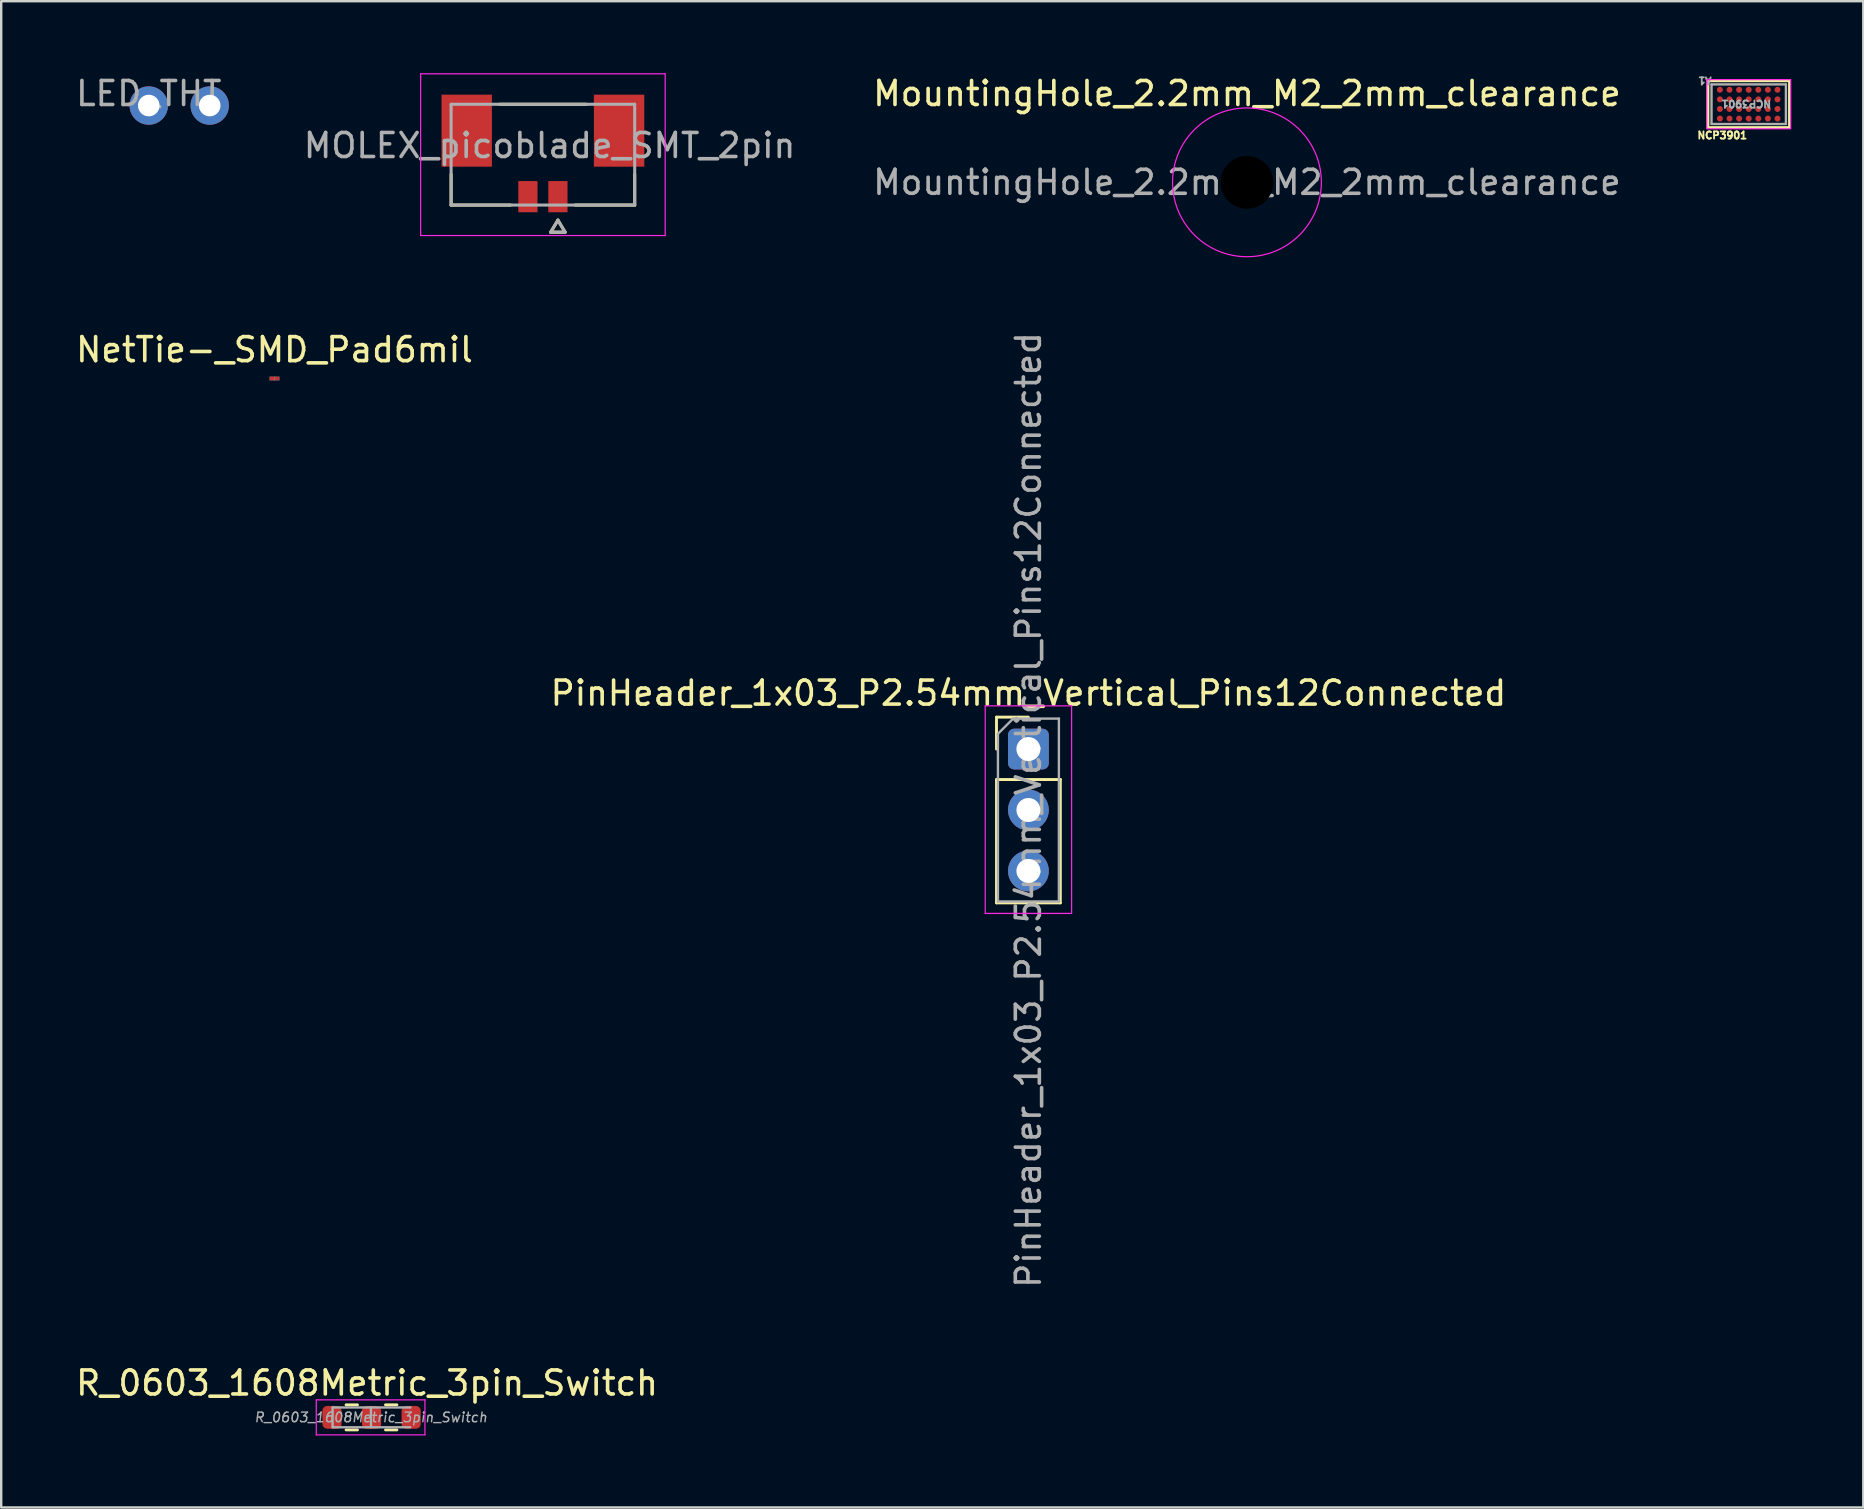
<source format=kicad_pcb>
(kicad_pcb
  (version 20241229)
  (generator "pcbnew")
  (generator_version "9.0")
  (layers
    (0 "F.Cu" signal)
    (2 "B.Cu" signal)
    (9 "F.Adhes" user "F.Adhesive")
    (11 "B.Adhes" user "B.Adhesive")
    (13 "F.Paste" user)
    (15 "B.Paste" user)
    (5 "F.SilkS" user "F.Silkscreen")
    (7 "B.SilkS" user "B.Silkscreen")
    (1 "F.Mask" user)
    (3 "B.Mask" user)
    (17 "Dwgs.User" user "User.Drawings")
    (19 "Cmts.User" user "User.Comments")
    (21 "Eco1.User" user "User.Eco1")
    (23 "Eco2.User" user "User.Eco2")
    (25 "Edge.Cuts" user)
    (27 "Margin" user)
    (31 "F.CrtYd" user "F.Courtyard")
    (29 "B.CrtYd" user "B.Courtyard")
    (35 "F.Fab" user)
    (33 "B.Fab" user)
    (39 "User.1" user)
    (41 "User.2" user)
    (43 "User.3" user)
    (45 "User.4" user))
  (footprint "MountingHole_2.2mm_M2_2mm_clearance"
    (layer "F.Cu")
    (at 48.911 4.548)
    (property "Reference" "MountingHole_2.2mm_M2_2mm_clearance" (at 0 -3.7 0) (layer "F.SilkS") (effects (font (size 1 1) (thickness 0.15))))
    (attr exclude_from_pos_files)
    (fp_circle (center 0 0) (end 3.1 0) (stroke (width 0.05) (type solid)) (fill no) (layer "F.CrtYd"))
    (fp_text user "${REFERENCE}" (at 0 0 0) (layer "F.Fab") (effects (font (size 1 1) (thickness 0.15))))
    (pad "" np_thru_hole circle (at 0 0) (size 2.2 2.2) (drill 2.2) (layers "*.Mask")))
  (footprint "R_0603_1608Metric_3pin_Switch"
    (layer "F.Cu")
    (at 12.4 56.043)
    (property "Reference" "R_0603_1608Metric_3pin_Switch" (at -0.156 -1.462 0) (layer "F.SilkS") (effects (font (size 1 1) (thickness 0.15))))
    (attr smd)
    (fp_line (start -1.029 -0.554) (end -0.554 -0.554) (stroke (width 0.12) (type solid)) (layer "F.SilkS"))
    (fp_line (start -1.029 0.491) (end -0.554 0.491) (stroke (width 0.12) (type solid)) (layer "F.SilkS"))
    (fp_line (start 0.614 -0.554) (end 1.088 -0.554) (stroke (width 0.12) (type solid)) (layer "F.SilkS"))
    (fp_line (start 0.614 0.491) (end 1.088 0.491) (stroke (width 0.12) (type solid)) (layer "F.SilkS"))
    (fp_line (start -2.271 -0.761) (end 2.257 -0.761) (stroke (width 0.05) (type solid)) (layer "F.CrtYd"))
    (fp_line (start -2.271 0.699) (end -2.271 -0.761) (stroke (width 0.05) (type solid)) (layer "F.CrtYd"))
    (fp_line (start 2.257 -0.761) (end 2.257 0.699) (stroke (width 0.05) (type solid)) (layer "F.CrtYd"))
    (fp_line (start 2.257 0.699) (end -2.271 0.699) (stroke (width 0.05) (type solid)) (layer "F.CrtYd"))
    (fp_line (start -1.591 -0.444) (end 0.009 -0.444) (stroke (width 0.1) (type solid)) (layer "F.Fab"))
    (fp_line (start -1.591 0.381) (end -1.591 -0.444) (stroke (width 0.1) (type solid)) (layer "F.Fab"))
    (fp_line (start 0.009 -0.444) (end 0.009 0.381) (stroke (width 0.1) (type solid)) (layer "F.Fab"))
    (fp_line (start 0.009 0.381) (end -1.591 0.381) (stroke (width 0.1) (type solid)) (layer "F.Fab"))
    (fp_line (start 0.051 -0.444) (end 1.651 -0.444) (stroke (width 0.1) (type solid)) (layer "F.Fab"))
    (fp_line (start 1.651 0.381) (end 0.051 0.381) (stroke (width 0.1) (type solid)) (layer "F.Fab"))
    (fp_text user "${REFERENCE}" (at 0.009 -0.032 0) (layer "F.Fab") (effects (font (size 0.4 0.4) (thickness 0.06) (italic yes))))
    (pad "1" smd roundrect (at -1.616 -0.032 180) (size 0.8 0.95) (layers "F.Cu" "F.Mask" "F.Paste") (roundrect_rratio 0.25))
    (pad "2" smd roundrect (at 0.034 -0.032 180) (size 0.8 0.95) (layers "F.Cu" "F.Mask" "F.Paste") (roundrect_rratio 0.25))
    (pad "3" smd roundrect (at 1.684 -0.032 180) (size 0.8 0.95) (layers "F.Cu" "F.Mask" "F.Paste") (roundrect_rratio 0.25)))
  (footprint "PinHeader_1x03_P2.54mm_Vertical_Pins12Connected"
    (layer "F.Cu")
    (at 39.804 28.163)
    (property "Reference" "PinHeader_1x03_P2.54mm_Vertical_Pins12Connected" (at 0 -2.33 0) (layer "F.SilkS") (effects (font (size 1 1) (thickness 0.15))))
    (attr through_hole)
    (fp_line (start -1.33 -1.33) (end 0 -1.33) (stroke (width 0.12) (type solid)) (layer "F.SilkS"))
    (fp_line (start -1.33 0) (end -1.33 -1.33) (stroke (width 0.12) (type solid)) (layer "F.SilkS"))
    (fp_line (start -1.33 1.27) (end -1.33 6.41) (stroke (width 0.12) (type solid)) (layer "F.SilkS"))
    (fp_line (start -1.33 1.27) (end 1.33 1.27) (stroke (width 0.12) (type solid)) (layer "F.SilkS"))
    (fp_line (start -1.33 6.41) (end 1.33 6.41) (stroke (width 0.12) (type solid)) (layer "F.SilkS"))
    (fp_line (start 1.33 1.27) (end 1.33 6.41) (stroke (width 0.12) (type solid)) (layer "F.SilkS"))
    (fp_line (start -1.8 -1.8) (end -1.8 6.85) (stroke (width 0.05) (type solid)) (layer "F.CrtYd"))
    (fp_line (start -1.8 6.85) (end 1.8 6.85) (stroke (width 0.05) (type solid)) (layer "F.CrtYd"))
    (fp_line (start 1.8 -1.8) (end -1.8 -1.8) (stroke (width 0.05) (type solid)) (layer "F.CrtYd"))
    (fp_line (start 1.8 6.85) (end 1.8 -1.8) (stroke (width 0.05) (type solid)) (layer "F.CrtYd"))
    (fp_line (start -1.27 -0.635) (end -0.635 -1.27) (stroke (width 0.1) (type solid)) (layer "F.Fab"))
    (fp_line (start -1.27 6.35) (end -1.27 -0.635) (stroke (width 0.1) (type solid)) (layer "F.Fab"))
    (fp_line (start -0.635 -1.27) (end 1.27 -1.27) (stroke (width 0.1) (type solid)) (layer "F.Fab"))
    (fp_line (start 1.27 -1.27) (end 1.27 6.35) (stroke (width 0.1) (type solid)) (layer "F.Fab"))
    (fp_line (start 1.27 6.35) (end -1.27 6.35) (stroke (width 0.1) (type solid)) (layer "F.Fab"))
    (fp_text user "${REFERENCE}" (at 0 2.54 90) (layer "F.Fab") (effects (font (size 1 1) (thickness 0.15))))
    (pad "1" thru_hole roundrect (at 0 0) (size 1.7 1.7) (drill 1) (layers "*.Cu" "*.Mask") (roundrect_rratio 0.15))
    (pad "2" thru_hole oval (at 0 2.54) (size 1.7 1.7) (drill 1) (layers "*.Cu" "*.Mask"))
    (pad "3" thru_hole oval (at 0 5.08) (size 1.7 1.7) (drill 1) (layers "*.Cu" "*.Mask")))
  (footprint "NetTie-_SMD_Pad6mil"
    (layer "F.Cu")
    (at 8.387 12.722)
    (property "Reference" "NetTie-_SMD_Pad6mil" (at 0 -1.2 0) (layer "F.SilkS") (effects (font (size 1 1) (thickness 0.15))))
    (attr exclude_from_pos_files exclude_from_bom allow_missing_courtyard)
    (fp_rect (start -0.2 -0.075) (end 0 0.075) (stroke (width 0.01) (type default)) (fill no) (layer "F.Fab"))
    (fp_rect (start 0 -0.075) (end 0.2 0.075) (stroke (width 0.01) (type default)) (fill no) (layer "F.Fab"))
    (pad "1" smd rect (at -0.1 0) (size 0.2 0.152) (layers "F.Cu"))
    (pad "2" smd rect (at 0.1 0) (size 0.2 0.152) (layers "F.Cu")))
  (footprint "NCP3901"
    (layer "F.Cu")
    (at 69.819 1.291)
    (property "Reference" "NCP3901" (at -1.1 1.3 0) (unlocked yes) (layer "F.SilkS") (effects (font (size 0.3 0.3) (thickness 0.075))))
    (attr smd)
    (fp_rect (start -1.7 0.975) (end 1.7 -0.975) (stroke (width 0.12) (type solid)) (fill no) (layer "F.SilkS"))
    (fp_rect (start -1.75 1.025) (end 1.75 -1.025) (stroke (width 0.05) (type solid)) (fill no) (layer "F.CrtYd"))
    (fp_line (start -1.55 -0.825) (end -1.55 0.825) (stroke (width 0.1) (type solid)) (layer "F.Fab"))
    (fp_line (start -1.55 0.825) (end 1.55 0.825) (stroke (width 0.1) (type solid)) (layer "F.Fab"))
    (fp_line (start 1.55 -0.825) (end -1.55 -0.825) (stroke (width 0.1) (type solid)) (layer "F.Fab"))
    (fp_line (start 1.55 0.825) (end 1.55 -0.825) (stroke (width 0.1) (type solid)) (layer "F.Fab"))
    (fp_text user "${REFERENCE}" (at -0.105 -0.018 180) (unlocked yes) (layer "F.Fab") (effects (font (size 0.3 0.3) (thickness 0.075))))
    (fp_text user "A1" (at -1.827 -0.984 180) (unlocked yes) (layer "F.Fab") (effects (font (size 0.3 0.3) (thickness 0.075))))
    (pad "" smd roundrect (at -1.2 -0.6) (size 0.255 0.255) (layers "F.Paste") (roundrect_rratio 0.4))
    (pad "" smd roundrect (at -1.2 -0.2) (size 0.255 0.255) (layers "F.Paste") (roundrect_rratio 0.4))
    (pad "" smd roundrect (at -1.2 0.2) (size 0.255 0.255) (layers "F.Paste") (roundrect_rratio 0.4))
    (pad "" smd roundrect (at -1.2 0.6) (size 0.255 0.255) (layers "F.Paste") (roundrect_rratio 0.4))
    (pad "" smd roundrect (at -0.8 -0.6) (size 0.255 0.255) (layers "F.Paste") (roundrect_rratio 0.4))
    (pad "" smd roundrect (at -0.8 -0.2) (size 0.255 0.255) (layers "F.Paste") (roundrect_rratio 0.4))
    (pad "" smd roundrect (at -0.8 0.2) (size 0.255 0.255) (layers "F.Paste") (roundrect_rratio 0.4))
    (pad "" smd roundrect (at -0.8 0.6) (size 0.255 0.255) (layers "F.Paste") (roundrect_rratio 0.4))
    (pad "" smd roundrect (at -0.4 -0.6) (size 0.255 0.255) (layers "F.Paste") (roundrect_rratio 0.4))
    (pad "" smd roundrect (at -0.4 -0.2) (size 0.255 0.255) (layers "F.Paste") (roundrect_rratio 0.4))
    (pad "" smd roundrect (at -0.4 0.2) (size 0.255 0.255) (layers "F.Paste") (roundrect_rratio 0.4))
    (pad "" smd roundrect (at -0.4 0.6) (size 0.255 0.255) (layers "F.Paste") (roundrect_rratio 0.4))
    (pad "" smd roundrect (at 0 -0.6) (size 0.255 0.255) (layers "F.Paste") (roundrect_rratio 0.4))
    (pad "" smd roundrect (at 0 -0.2) (size 0.255 0.255) (layers "F.Paste") (roundrect_rratio 0.4))
    (pad "" smd roundrect (at 0 0.2) (size 0.255 0.255) (layers "F.Paste") (roundrect_rratio 0.4))
    (pad "" smd roundrect (at 0 0.6) (size 0.255 0.255) (layers "F.Paste") (roundrect_rratio 0.4))
    (pad "" smd roundrect (at 0.4 -0.6) (size 0.255 0.255) (layers "F.Paste") (roundrect_rratio 0.4))
    (pad "" smd roundrect (at 0.4 -0.2) (size 0.255 0.255) (layers "F.Paste") (roundrect_rratio 0.4))
    (pad "" smd roundrect (at 0.4 0.2) (size 0.255 0.255) (layers "F.Paste") (roundrect_rratio 0.4))
    (pad "" smd roundrect (at 0.4 0.6) (size 0.255 0.255) (layers "F.Paste") (roundrect_rratio 0.4))
    (pad "" smd roundrect (at 0.8 -0.6) (size 0.255 0.255) (layers "F.Paste") (roundrect_rratio 0.4))
    (pad "" smd roundrect (at 0.8 -0.2) (size 0.255 0.255) (layers "F.Paste") (roundrect_rratio 0.4))
    (pad "" smd roundrect (at 0.8 0.2) (size 0.255 0.255) (layers "F.Paste") (roundrect_rratio 0.4))
    (pad "" smd roundrect (at 0.8 0.6) (size 0.255 0.255) (layers "F.Paste") (roundrect_rratio 0.4))
    (pad "" smd roundrect (at 1.2 -0.6) (size 0.255 0.255) (layers "F.Paste") (roundrect_rratio 0.4))
    (pad "" smd roundrect (at 1.2 -0.2) (size 0.255 0.255) (layers "F.Paste") (roundrect_rratio 0.4))
    (pad "" smd roundrect (at 1.2 0.2) (size 0.255 0.255) (layers "F.Paste") (roundrect_rratio 0.4))
    (pad "" smd roundrect (at 1.2 0.6) (size 0.255 0.255) (layers "F.Paste") (roundrect_rratio 0.4))
    (pad "A1" smd circle (at -1.2 -0.6) (size 0.25 0.25) (layers "F.Cu" "F.Mask"))
    (pad "A2" smd circle (at -0.8 -0.6) (size 0.25 0.25) (layers "F.Cu" "F.Mask"))
    (pad "A3" smd circle (at -0.4 -0.6) (size 0.25 0.25) (layers "F.Cu" "F.Mask"))
    (pad "A4" smd circle (at 0 -0.6) (size 0.25 0.25) (layers "F.Cu" "F.Mask"))
    (pad "A5" smd circle (at 0.4 -0.6) (size 0.25 0.25) (layers "F.Cu" "F.Mask"))
    (pad "A6" smd circle (at 0.8 -0.6) (size 0.25 0.25) (layers "F.Cu" "F.Mask"))
    (pad "A7" smd circle (at 1.2 -0.6) (size 0.25 0.25) (layers "F.Cu" "F.Mask"))
    (pad "B1" smd circle (at -1.2 -0.2) (size 0.25 0.25) (layers "F.Cu" "F.Mask"))
    (pad "B2" smd circle (at -0.8 -0.2) (size 0.25 0.25) (layers "F.Cu" "F.Mask"))
    (pad "B3" smd circle (at -0.4 -0.2) (size 0.25 0.25) (layers "F.Cu" "F.Mask"))
    (pad "B4" smd circle (at 0 -0.2) (size 0.25 0.25) (layers "F.Cu" "F.Mask"))
    (pad "B5" smd circle (at 0.4 -0.2) (size 0.25 0.25) (layers "F.Cu" "F.Mask"))
    (pad "B6" smd circle (at 0.8 -0.2) (size 0.25 0.25) (layers "F.Cu" "F.Mask"))
    (pad "B7" smd circle (at 1.2 -0.2) (size 0.25 0.25) (layers "F.Cu" "F.Mask"))
    (pad "C1" smd circle (at -1.2 0.2) (size 0.25 0.25) (layers "F.Cu" "F.Mask"))
    (pad "C2" smd circle (at -0.8 0.2) (size 0.25 0.25) (layers "F.Cu" "F.Mask"))
    (pad "C3" smd circle (at -0.4 0.2) (size 0.25 0.25) (layers "F.Cu" "F.Mask"))
    (pad "C4" smd circle (at 0 0.2) (size 0.25 0.25) (layers "F.Cu" "F.Mask"))
    (pad "C5" smd circle (at 0.4 0.2) (size 0.25 0.25) (layers "F.Cu" "F.Mask"))
    (pad "C6" smd circle (at 0.8 0.2) (size 0.25 0.25) (layers "F.Cu" "F.Mask"))
    (pad "C7" smd circle (at 1.2 0.2) (size 0.25 0.25) (layers "F.Cu" "F.Mask"))
    (pad "D1" smd circle (at -1.2 0.6) (size 0.25 0.25) (layers "F.Cu" "F.Mask"))
    (pad "D2" smd circle (at -0.8 0.6) (size 0.25 0.25) (layers "F.Cu" "F.Mask"))
    (pad "D3" smd circle (at -0.4 0.6) (size 0.25 0.25) (layers "F.Cu" "F.Mask"))
    (pad "D4" smd circle (at 0 0.6) (size 0.25 0.25) (layers "F.Cu" "F.Mask"))
    (pad "D5" smd circle (at 0.4 0.6) (size 0.25 0.25) (layers "F.Cu" "F.Mask"))
    (pad "D6" smd circle (at 0.8 0.6) (size 0.25 0.25) (layers "F.Cu" "F.Mask"))
    (pad "D7" smd circle (at 1.2 0.6) (size 0.25 0.25) (layers "F.Cu" "F.Mask")))
  (footprint "MOLEX_picoblade_SMT_2pin"
    (layer "F.Cu")
    (at 19.573 3.395)
    (property "Reference" "MOLEX_picoblade_SMT_2pin" (at 0.279 -0.381 0) (layer "F.Fab") (effects (font (size 1 1) (thickness 0.15))))
    (attr smd)
    (fp_poly (pts (xy -4.301 -2.576) (xy -2.049 -2.576) (xy -2.049 0.576) (xy -4.301 0.576)) (stroke (width 0.01) (type solid)) (fill yes) (layer "F.Mask"))
    (fp_poly (pts (xy -1.101 1.024) (xy -0.149 1.024) (xy -0.149 2.476) (xy -1.101 2.476)) (stroke (width 0.01) (type solid)) (fill yes) (layer "F.Mask"))
    (fp_poly (pts (xy 0.149 1.024) (xy 1.101 1.024) (xy 1.101 2.476) (xy 0.149 2.476)) (stroke (width 0.01) (type solid)) (fill yes) (layer "F.Mask"))
    (fp_poly (pts (xy 2.049 -2.576) (xy 4.301 -2.576) (xy 4.301 0.576) (xy 2.049 0.576)) (stroke (width 0.01) (type solid)) (fill yes) (layer "F.Mask"))
    (fp_line (start -3.825 2.1) (end -3.825 0.82) (stroke (width 0.127) (type solid)) (layer "F.SilkS"))
    (fp_line (start -1.345 2.1) (end -3.825 2.1) (stroke (width 0.127) (type solid)) (layer "F.SilkS"))
    (fp_line (start 0.325 3.23) (end 0.625 2.73) (stroke (width 0.127) (type solid)) (layer "F.SilkS"))
    (fp_line (start 0.625 2.73) (end 0.925 3.23) (stroke (width 0.127) (type solid)) (layer "F.SilkS"))
    (fp_line (start 0.925 3.23) (end 0.325 3.23) (stroke (width 0.127) (type solid)) (layer "F.SilkS"))
    (fp_line (start 1.805 -2.1) (end -1.805 -2.1) (stroke (width 0.127) (type solid)) (layer "F.SilkS"))
    (fp_line (start 3.825 0.82) (end 3.825 2.1) (stroke (width 0.127) (type solid)) (layer "F.SilkS"))
    (fp_line (start 3.825 2.1) (end 1.345 2.1) (stroke (width 0.127) (type solid)) (layer "F.SilkS"))
    (fp_line (start -5.095 -3.37) (end 5.095 -3.37) (stroke (width 0.05) (type solid)) (layer "F.CrtYd"))
    (fp_line (start -5.095 3.37) (end -5.095 -3.37) (stroke (width 0.05) (type solid)) (layer "F.CrtYd"))
    (fp_line (start -5.095 3.37) (end 5.095 3.37) (stroke (width 0.05) (type solid)) (layer "F.CrtYd"))
    (fp_line (start 5.095 -3.37) (end 5.095 3.37) (stroke (width 0.05) (type solid)) (layer "F.CrtYd"))
    (fp_line (start -3.825 -2.1) (end 3.825 -2.1) (stroke (width 0.127) (type solid)) (layer "F.Fab"))
    (fp_line (start -3.825 2.1) (end -3.825 -2.1) (stroke (width 0.127) (type solid)) (layer "F.Fab"))
    (fp_line (start 0.325 3.23) (end 0.625 2.73) (stroke (width 0.127) (type solid)) (layer "F.Fab"))
    (fp_line (start 0.625 2.73) (end 0.925 3.23) (stroke (width 0.127) (type solid)) (layer "F.Fab"))
    (fp_line (start 0.925 3.23) (end 0.325 3.23) (stroke (width 0.127) (type solid)) (layer "F.Fab"))
    (fp_line (start 3.825 -2.1) (end 3.825 2.1) (stroke (width 0.127) (type solid)) (layer "F.Fab"))
    (fp_line (start 3.825 2.1) (end -3.825 2.1) (stroke (width 0.127) (type solid)) (layer "F.Fab"))
    (pad "1" smd rect (at 0.625 1.75) (size 0.8 1.3) (layers "F.Cu" "F.Paste"))
    (pad "2" smd rect (at -0.625 1.75) (size 0.8 1.3) (layers "F.Cu" "F.Paste"))
    (pad "S1" smd rect (at -3.175 -1) (size 2.1 3) (layers "F.Cu" "F.Paste"))
    (pad "S2" smd rect (at 3.175 -1) (size 2.1 3) (layers "F.Cu" "F.Paste")))
  (footprint "LED_THT"
    (layer "F.Cu")
    (at 3.149 1.348)
    (property "Reference" "LED_THT" (at 0 -0.5 0) (unlocked yes) (layer "F.Fab") (effects (font (size 1 1) (thickness 0.15))))
    (attr through_hole)
    (pad "1" thru_hole circle (at 0 0) (size 1.6 1.6) (drill 0.9) (layers "*.Cu" "*.Mask"))
    (pad "2" thru_hole circle (at 2.54 0) (size 1.6 1.6) (drill 0.9) (layers "*.Cu" "*.Mask")))
  (gr_rect
    (start -3 -3)
    (end 74.594 59.766)
    (stroke (width 0.1) (type default))
    (fill no)
    (layer "Edge.Cuts")))
</source>
